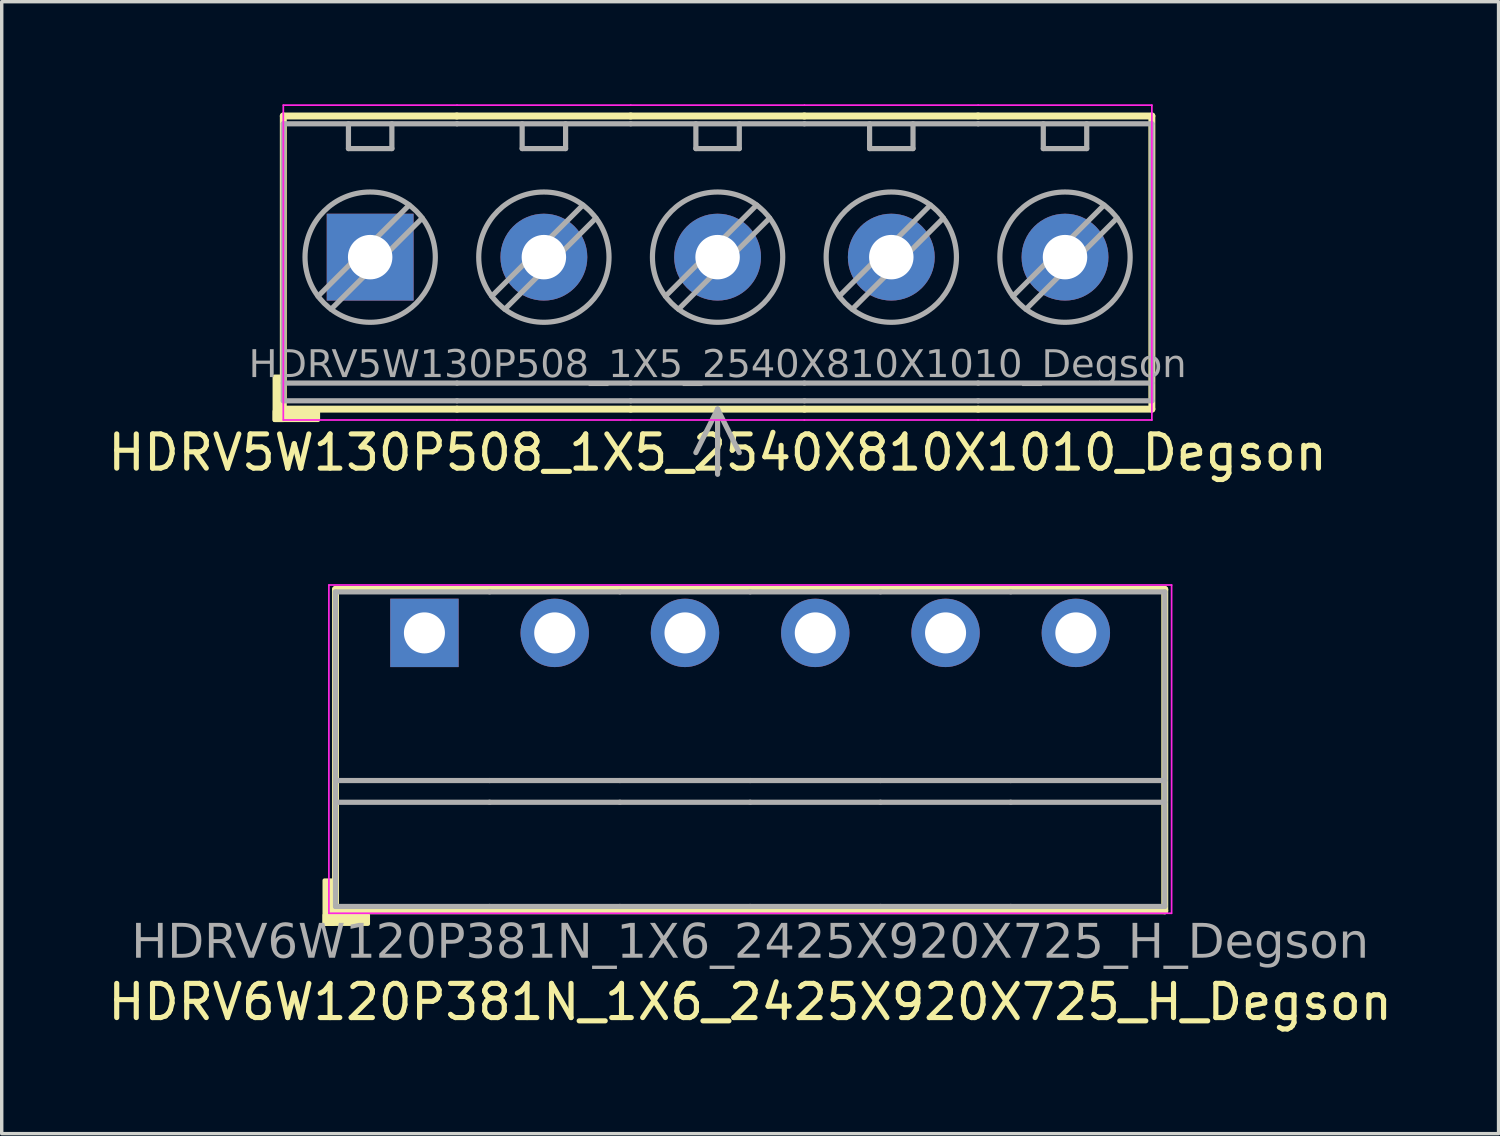
<source format=kicad_pcb>
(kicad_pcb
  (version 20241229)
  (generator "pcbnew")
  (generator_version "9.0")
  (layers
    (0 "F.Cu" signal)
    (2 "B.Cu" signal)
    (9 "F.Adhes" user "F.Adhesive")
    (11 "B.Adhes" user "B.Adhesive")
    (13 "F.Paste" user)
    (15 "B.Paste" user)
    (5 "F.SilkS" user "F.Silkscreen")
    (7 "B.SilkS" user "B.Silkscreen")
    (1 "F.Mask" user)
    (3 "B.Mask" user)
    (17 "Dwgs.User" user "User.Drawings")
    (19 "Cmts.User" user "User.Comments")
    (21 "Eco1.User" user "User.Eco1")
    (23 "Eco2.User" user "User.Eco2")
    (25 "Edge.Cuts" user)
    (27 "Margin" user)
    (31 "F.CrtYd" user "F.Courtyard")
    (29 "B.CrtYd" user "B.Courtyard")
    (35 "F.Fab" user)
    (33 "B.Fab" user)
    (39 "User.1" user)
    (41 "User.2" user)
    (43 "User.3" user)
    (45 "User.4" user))
  (footprint "HDRV6W120P381N_1X6_2425X920X725_H_Degson"
    (layer "F.Cu")
    (at 18.887 15.458)
    (property "Reference" "HDRV6W120P381N_1X6_2425X920X725_H_Degson" (at 0 10.795 0) (layer "F.SilkS") (effects (font (size 1 1) (thickness 0.15))))
    (attr through_hole)
    (fp_line (start -12.125 -1.27) (end -12.125 8.128) (stroke (width 0.203) (type solid)) (layer "F.SilkS"))
    (fp_line (start -12.125 -1.27) (end 12.125 -1.27) (stroke (width 0.203) (type solid)) (layer "F.SilkS"))
    (fp_line (start -12.125 8.128) (end 12.125 8.128) (stroke (width 0.203) (type solid)) (layer "F.SilkS"))
    (fp_line (start 12.125 -1.27) (end 12.125 8.128) (stroke (width 0.203) (type solid)) (layer "F.SilkS"))
    (fp_rect (start -12.192 7.239) (end -12.446 8.509) (stroke (width 0.12) (type solid)) (fill yes) (layer "F.SilkS"))
    (fp_rect (start -11.176 8.509) (end -12.446 8.255) (stroke (width 0.12) (type solid)) (fill yes) (layer "F.SilkS"))
    (fp_line (start -12.319 8.2) (end -12.319 -1.4) (stroke (width 0.05) (type solid)) (layer "F.CrtYd"))
    (fp_line (start 12.319 8.2) (end -12.319 8.2) (stroke (width 0.05) (type solid)) (layer "F.CrtYd"))
    (fp_line (start 12.325 -1.4) (end -12.319 -1.4) (stroke (width 0.05) (type solid)) (layer "F.CrtYd"))
    (fp_line (start 12.325 8.2) (end 12.325 -1.4) (stroke (width 0.05) (type solid)) (layer "F.CrtYd"))
    (fp_line (start -12.125 -1.2) (end -12.125 8) (stroke (width 0.152) (type solid)) (layer "F.Fab"))
    (fp_line (start -12.125 -1.2) (end -7.62 -1.2) (stroke (width 0.152) (type solid)) (layer "F.Fab"))
    (fp_line (start -12.125 4.318) (end -7.62 4.318) (stroke (width 0.152) (type solid)) (layer "F.Fab"))
    (fp_line (start -12.125 4.953) (end -7.62 4.953) (stroke (width 0.152) (type solid)) (layer "F.Fab"))
    (fp_line (start -12.125 8) (end -7.62 8) (stroke (width 0.152) (type solid)) (layer "F.Fab"))
    (fp_line (start -7.62 -1.2) (end -3.81 -1.2) (stroke (width 0.152) (type solid)) (layer "F.Fab"))
    (fp_line (start -7.62 4.318) (end -3.81 4.318) (stroke (width 0.152) (type solid)) (layer "F.Fab"))
    (fp_line (start -7.62 4.953) (end -3.81 4.953) (stroke (width 0.152) (type solid)) (layer "F.Fab"))
    (fp_line (start -7.62 8) (end -3.81 8) (stroke (width 0.152) (type solid)) (layer "F.Fab"))
    (fp_line (start -3.81 -1.2) (end 0 -1.2) (stroke (width 0.152) (type solid)) (layer "F.Fab"))
    (fp_line (start -3.81 4.318) (end 0 4.318) (stroke (width 0.152) (type solid)) (layer "F.Fab"))
    (fp_line (start -3.81 4.953) (end 0 4.953) (stroke (width 0.152) (type solid)) (layer "F.Fab"))
    (fp_line (start -3.81 8) (end 0 8) (stroke (width 0.152) (type solid)) (layer "F.Fab"))
    (fp_line (start 0 -1.2) (end 3.81 -1.2) (stroke (width 0.152) (type solid)) (layer "F.Fab"))
    (fp_line (start 0 4.318) (end 3.81 4.318) (stroke (width 0.152) (type solid)) (layer "F.Fab"))
    (fp_line (start 0 4.953) (end 3.81 4.953) (stroke (width 0.152) (type solid)) (layer "F.Fab"))
    (fp_line (start 0 8) (end 3.81 8) (stroke (width 0.152) (type solid)) (layer "F.Fab"))
    (fp_line (start 3.81 -1.2) (end 7.62 -1.2) (stroke (width 0.152) (type solid)) (layer "F.Fab"))
    (fp_line (start 3.81 4.318) (end 7.62 4.318) (stroke (width 0.152) (type solid)) (layer "F.Fab"))
    (fp_line (start 3.81 4.953) (end 7.62 4.953) (stroke (width 0.152) (type solid)) (layer "F.Fab"))
    (fp_line (start 3.81 8) (end 7.62 8) (stroke (width 0.152) (type solid)) (layer "F.Fab"))
    (fp_line (start 7.62 -1.2) (end 12.125 -1.2) (stroke (width 0.152) (type solid)) (layer "F.Fab"))
    (fp_line (start 7.62 4.318) (end 12.125 4.318) (stroke (width 0.152) (type solid)) (layer "F.Fab"))
    (fp_line (start 7.62 4.953) (end 12.125 4.953) (stroke (width 0.152) (type solid)) (layer "F.Fab"))
    (fp_line (start 7.62 8) (end 12.125 8) (stroke (width 0.152) (type solid)) (layer "F.Fab"))
    (fp_line (start 12.125 -1.2) (end 12.125 8) (stroke (width 0.152) (type solid)) (layer "F.Fab"))
    (fp_rect (start -9.271 -0.254) (end -9.779 0.254) (stroke (width 0.152) (type solid)) (fill no) (layer "F.Fab"))
    (fp_rect (start -5.461 -0.254) (end -5.969 0.254) (stroke (width 0.152) (type solid)) (fill no) (layer "F.Fab"))
    (fp_rect (start -1.651 -0.254) (end -2.159 0.254) (stroke (width 0.152) (type solid)) (fill no) (layer "F.Fab"))
    (fp_rect (start 2.159 -0.254) (end 1.651 0.254) (stroke (width 0.152) (type solid)) (fill no) (layer "F.Fab"))
    (fp_rect (start 5.969 -0.254) (end 5.461 0.254) (stroke (width 0.152) (type solid)) (fill no) (layer "F.Fab"))
    (fp_rect (start 9.779 -0.254) (end 9.271 0.254) (stroke (width 0.152) (type solid)) (fill no) (layer "F.Fab"))
    (fp_text user "${REFERENCE}" (at 0 9.085 0) (layer "F.Fab") (effects (font (face "Tahoma") (size 1 1) (thickness 0.15))))
    (pad "1" thru_hole rect (at -9.525 0) (size 2 2) (drill 1.2) (layers "*.Cu" "*.Mask"))
    (pad "2" thru_hole circle (at -5.715 0) (size 2 2) (drill 1.2) (layers "*.Cu" "*.Mask"))
    (pad "3" thru_hole circle (at -1.905 0) (size 2 2) (drill 1.2) (layers "*.Cu" "*.Mask"))
    (pad "4" thru_hole circle (at 1.905 0) (size 2 2) (drill 1.2) (layers "*.Cu" "*.Mask"))
    (pad "5" thru_hole circle (at 5.715 0) (size 2 2) (drill 1.2) (layers "*.Cu" "*.Mask"))
    (pad "6" thru_hole circle (at 9.525 0) (size 2 2) (drill 1.2) (layers "*.Cu" "*.Mask")))
  (footprint "HDRV5W130P508_1X5_2540X810X1010_Degson"
    (layer "F.Cu")
    (at 17.935 4.47)
    (property "Reference" "HDRV5W130P508_1X5_2540X810X1010_Degson" (at 0 5.715 0) (layer "F.SilkS") (effects (font (size 1 1) (thickness 0.15))))
    (attr through_hole)
    (fp_line (start -12.7 -4.128) (end -12.7 4.445) (stroke (width 0.203) (type solid)) (layer "F.SilkS"))
    (fp_line (start -12.7 4.445) (end -7.62 4.445) (stroke (width 0.203) (type solid)) (layer "F.SilkS"))
    (fp_line (start -7.625 -4.128) (end -12.7 -4.128) (stroke (width 0.203) (type solid)) (layer "F.SilkS"))
    (fp_line (start -7.625 -4.128) (end -2.54 -4.128) (stroke (width 0.203) (type solid)) (layer "F.SilkS"))
    (fp_line (start -2.545 -4.128) (end 2.54 -4.128) (stroke (width 0.203) (type solid)) (layer "F.SilkS"))
    (fp_line (start -2.54 4.445) (end -7.62 4.445) (stroke (width 0.203) (type solid)) (layer "F.SilkS"))
    (fp_line (start 2.535 -4.128) (end 7.62 -4.128) (stroke (width 0.203) (type solid)) (layer "F.SilkS"))
    (fp_line (start 2.54 4.445) (end -2.54 4.445) (stroke (width 0.203) (type solid)) (layer "F.SilkS"))
    (fp_line (start 7.615 -4.128) (end 12.7 -4.128) (stroke (width 0.203) (type solid)) (layer "F.SilkS"))
    (fp_line (start 7.62 4.445) (end 2.54 4.445) (stroke (width 0.203) (type solid)) (layer "F.SilkS"))
    (fp_line (start 12.7 -4.128) (end 12.7 4.445) (stroke (width 0.203) (type solid)) (layer "F.SilkS"))
    (fp_line (start 12.7 4.445) (end 7.62 4.445) (stroke (width 0.203) (type solid)) (layer "F.SilkS"))
    (fp_rect (start -12.7 3.493) (end -12.954 4.763) (stroke (width 0.12) (type solid)) (fill yes) (layer "F.SilkS"))
    (fp_rect (start -11.684 4.763) (end -12.954 4.508) (stroke (width 0.12) (type solid)) (fill yes) (layer "F.SilkS"))
    (fp_line (start -12.7 4.763) (end -12.7 -4.445) (stroke (width 0.05) (type solid)) (layer "F.CrtYd"))
    (fp_line (start -7.625 4.763) (end -12.7 4.763) (stroke (width 0.05) (type solid)) (layer "F.CrtYd"))
    (fp_line (start -7.625 4.763) (end -2.54 4.763) (stroke (width 0.05) (type solid)) (layer "F.CrtYd"))
    (fp_line (start -7.62 -4.445) (end -12.7 -4.445) (stroke (width 0.05) (type solid)) (layer "F.CrtYd"))
    (fp_line (start -7.62 -4.445) (end -2.54 -4.445) (stroke (width 0.05) (type solid)) (layer "F.CrtYd"))
    (fp_line (start -2.545 4.763) (end 2.54 4.763) (stroke (width 0.05) (type solid)) (layer "F.CrtYd"))
    (fp_line (start -2.54 -4.445) (end 2.54 -4.445) (stroke (width 0.05) (type solid)) (layer "F.CrtYd"))
    (fp_line (start 2.535 4.763) (end 7.62 4.763) (stroke (width 0.05) (type solid)) (layer "F.CrtYd"))
    (fp_line (start 2.54 -4.445) (end 7.62 -4.445) (stroke (width 0.05) (type solid)) (layer "F.CrtYd"))
    (fp_line (start 7.615 4.763) (end 12.7 4.763) (stroke (width 0.05) (type solid)) (layer "F.CrtYd"))
    (fp_line (start 7.62 -4.445) (end 12.7 -4.445) (stroke (width 0.05) (type solid)) (layer "F.CrtYd"))
    (fp_line (start 12.7 4.763) (end 12.7 -4.445) (stroke (width 0.05) (type solid)) (layer "F.CrtYd"))
    (fp_line (start -12.7 -3.9) (end -12.7 4.2) (stroke (width 0.152) (type solid)) (layer "F.Fab"))
    (fp_line (start -11.303 1.524) (end -8.636 -1.143) (stroke (width 0.152) (type default)) (layer "F.Fab"))
    (fp_line (start -10.795 -3.9) (end -10.795 -3.175) (stroke (width 0.152) (type default)) (layer "F.Fab"))
    (fp_line (start -10.795 -3.175) (end -9.525 -3.175) (stroke (width 0.152) (type default)) (layer "F.Fab"))
    (fp_line (start -9.525 -3.9) (end -9.525 -3.175) (stroke (width 0.152) (type default)) (layer "F.Fab"))
    (fp_line (start -9.017 -1.524) (end -11.684 1.143) (stroke (width 0.152) (type default)) (layer "F.Fab"))
    (fp_line (start -7.62 -3.9) (end -12.7 -3.9) (stroke (width 0.152) (type solid)) (layer "F.Fab"))
    (fp_line (start -7.62 -3.9) (end -2.54 -3.9) (stroke (width 0.152) (type solid)) (layer "F.Fab"))
    (fp_line (start -7.62 3.683) (end -12.7 3.683) (stroke (width 0.152) (type solid)) (layer "F.Fab"))
    (fp_line (start -7.62 3.683) (end -2.54 3.683) (stroke (width 0.152) (type solid)) (layer "F.Fab"))
    (fp_line (start -7.62 4.2) (end -12.7 4.2) (stroke (width 0.152) (type solid)) (layer "F.Fab"))
    (fp_line (start -7.62 4.2) (end -2.54 4.2) (stroke (width 0.152) (type solid)) (layer "F.Fab"))
    (fp_line (start -6.223 1.524) (end -3.556 -1.143) (stroke (width 0.152) (type default)) (layer "F.Fab"))
    (fp_line (start -5.715 -3.9) (end -5.715 -3.175) (stroke (width 0.152) (type default)) (layer "F.Fab"))
    (fp_line (start -5.715 -3.175) (end -4.445 -3.175) (stroke (width 0.152) (type default)) (layer "F.Fab"))
    (fp_line (start -4.445 -3.9) (end -4.445 -3.175) (stroke (width 0.152) (type default)) (layer "F.Fab"))
    (fp_line (start -3.937 -1.524) (end -6.604 1.143) (stroke (width 0.152) (type default)) (layer "F.Fab"))
    (fp_line (start -2.54 -3.9) (end 2.54 -3.9) (stroke (width 0.152) (type solid)) (layer "F.Fab"))
    (fp_line (start -2.54 3.683) (end 2.54 3.683) (stroke (width 0.152) (type solid)) (layer "F.Fab"))
    (fp_line (start -2.54 4.2) (end 2.54 4.2) (stroke (width 0.152) (type solid)) (layer "F.Fab"))
    (fp_line (start -1.143 1.524) (end 1.524 -1.143) (stroke (width 0.152) (type default)) (layer "F.Fab"))
    (fp_line (start -0.635 -3.9) (end -0.635 -3.175) (stroke (width 0.152) (type default)) (layer "F.Fab"))
    (fp_line (start -0.635 -3.175) (end 0.635 -3.175) (stroke (width 0.152) (type default)) (layer "F.Fab"))
    (fp_line (start 0 4.445) (end -0.635 5.715) (stroke (width 0.152) (type default)) (layer "F.Fab"))
    (fp_line (start 0 4.445) (end 0 6.35) (stroke (width 0.152) (type default)) (layer "F.Fab"))
    (fp_line (start 0 4.445) (end 0.635 5.715) (stroke (width 0.152) (type default)) (layer "F.Fab"))
    (fp_line (start 0.635 -3.9) (end 0.635 -3.175) (stroke (width 0.152) (type default)) (layer "F.Fab"))
    (fp_line (start 1.143 -1.524) (end -1.524 1.143) (stroke (width 0.152) (type default)) (layer "F.Fab"))
    (fp_line (start 2.54 -3.9) (end 7.62 -3.9) (stroke (width 0.152) (type solid)) (layer "F.Fab"))
    (fp_line (start 2.54 3.683) (end 7.62 3.683) (stroke (width 0.152) (type solid)) (layer "F.Fab"))
    (fp_line (start 2.54 4.2) (end 7.62 4.2) (stroke (width 0.152) (type solid)) (layer "F.Fab"))
    (fp_line (start 3.937 1.524) (end 6.604 -1.143) (stroke (width 0.152) (type default)) (layer "F.Fab"))
    (fp_line (start 4.445 -3.9) (end 4.445 -3.175) (stroke (width 0.152) (type default)) (layer "F.Fab"))
    (fp_line (start 4.445 -3.175) (end 5.715 -3.175) (stroke (width 0.152) (type default)) (layer "F.Fab"))
    (fp_line (start 5.715 -3.9) (end 5.715 -3.175) (stroke (width 0.152) (type default)) (layer "F.Fab"))
    (fp_line (start 6.223 -1.524) (end 3.556 1.143) (stroke (width 0.152) (type default)) (layer "F.Fab"))
    (fp_line (start 7.62 -3.9) (end 12.7 -3.9) (stroke (width 0.152) (type solid)) (layer "F.Fab"))
    (fp_line (start 7.62 3.683) (end 12.7 3.683) (stroke (width 0.152) (type solid)) (layer "F.Fab"))
    (fp_line (start 7.62 4.2) (end 12.7 4.2) (stroke (width 0.152) (type solid)) (layer "F.Fab"))
    (fp_line (start 9.017 1.524) (end 11.684 -1.143) (stroke (width 0.152) (type default)) (layer "F.Fab"))
    (fp_line (start 9.525 -3.9) (end 9.525 -3.175) (stroke (width 0.152) (type default)) (layer "F.Fab"))
    (fp_line (start 9.525 -3.175) (end 10.795 -3.175) (stroke (width 0.152) (type default)) (layer "F.Fab"))
    (fp_line (start 10.795 -3.9) (end 10.795 -3.175) (stroke (width 0.152) (type default)) (layer "F.Fab"))
    (fp_line (start 11.303 -1.524) (end 8.636 1.143) (stroke (width 0.152) (type default)) (layer "F.Fab"))
    (fp_line (start 12.7 -3.9) (end 12.7 4.2) (stroke (width 0.152) (type solid)) (layer "F.Fab"))
    (fp_rect (start -10.414 -0.254) (end -9.906 0.254) (stroke (width 0.152) (type solid)) (fill no) (layer "F.Fab"))
    (fp_rect (start -4.826 -0.254) (end -5.334 0.254) (stroke (width 0.152) (type solid)) (fill no) (layer "F.Fab"))
    (fp_rect (start 0.254 -0.254) (end -0.254 0.254) (stroke (width 0.152) (type solid)) (fill no) (layer "F.Fab"))
    (fp_rect (start 5.334 -0.254) (end 4.826 0.254) (stroke (width 0.152) (type solid)) (fill no) (layer "F.Fab"))
    (fp_rect (start 10.414 -0.254) (end 9.906 0.254) (stroke (width 0.152) (type solid)) (fill no) (layer "F.Fab"))
    (fp_circle (center -10.16 0) (end -8.255 0) (stroke (width 0.152) (type default)) (fill no) (layer "F.Fab"))
    (fp_circle (center -5.08 0) (end -3.175 0) (stroke (width 0.152) (type default)) (fill no) (layer "F.Fab"))
    (fp_circle (center 0 0) (end 1.905 0) (stroke (width 0.152) (type default)) (fill no) (layer "F.Fab"))
    (fp_circle (center 5.08 0) (end 6.985 0) (stroke (width 0.152) (type default)) (fill no) (layer "F.Fab"))
    (fp_circle (center 10.16 0) (end 12.065 0) (stroke (width 0.152) (type default)) (fill no) (layer "F.Fab"))
    (fp_text user "${REFERENCE}" (at 0 3.175 0) (layer "F.Fab") (effects (font (face "Tahoma") (size 0.8 0.8) (thickness 0.15))))
    (pad "1" thru_hole rect (at -10.16 0) (size 2.54 2.54) (drill 1.3) (layers "*.Cu" "*.Mask"))
    (pad "2" thru_hole circle (at -5.08 0) (size 2.54 2.54) (drill 1.3) (layers "*.Cu" "*.Mask"))
    (pad "3" thru_hole circle (at 0 0) (size 2.54 2.54) (drill 1.3) (layers "*.Cu" "*.Mask"))
    (pad "4" thru_hole circle (at 5.08 0) (size 2.54 2.54) (drill 1.3) (layers "*.Cu" "*.Mask"))
    (pad "5" thru_hole circle (at 10.16 0) (size 2.54 2.54) (drill 1.3) (layers "*.Cu" "*.Mask")))
  (gr_rect
    (start -3 -3)
    (end 40.774 30.102)
    (stroke (width 0.1) (type default))
    (fill no)
    (layer "Edge.Cuts")))
</source>
